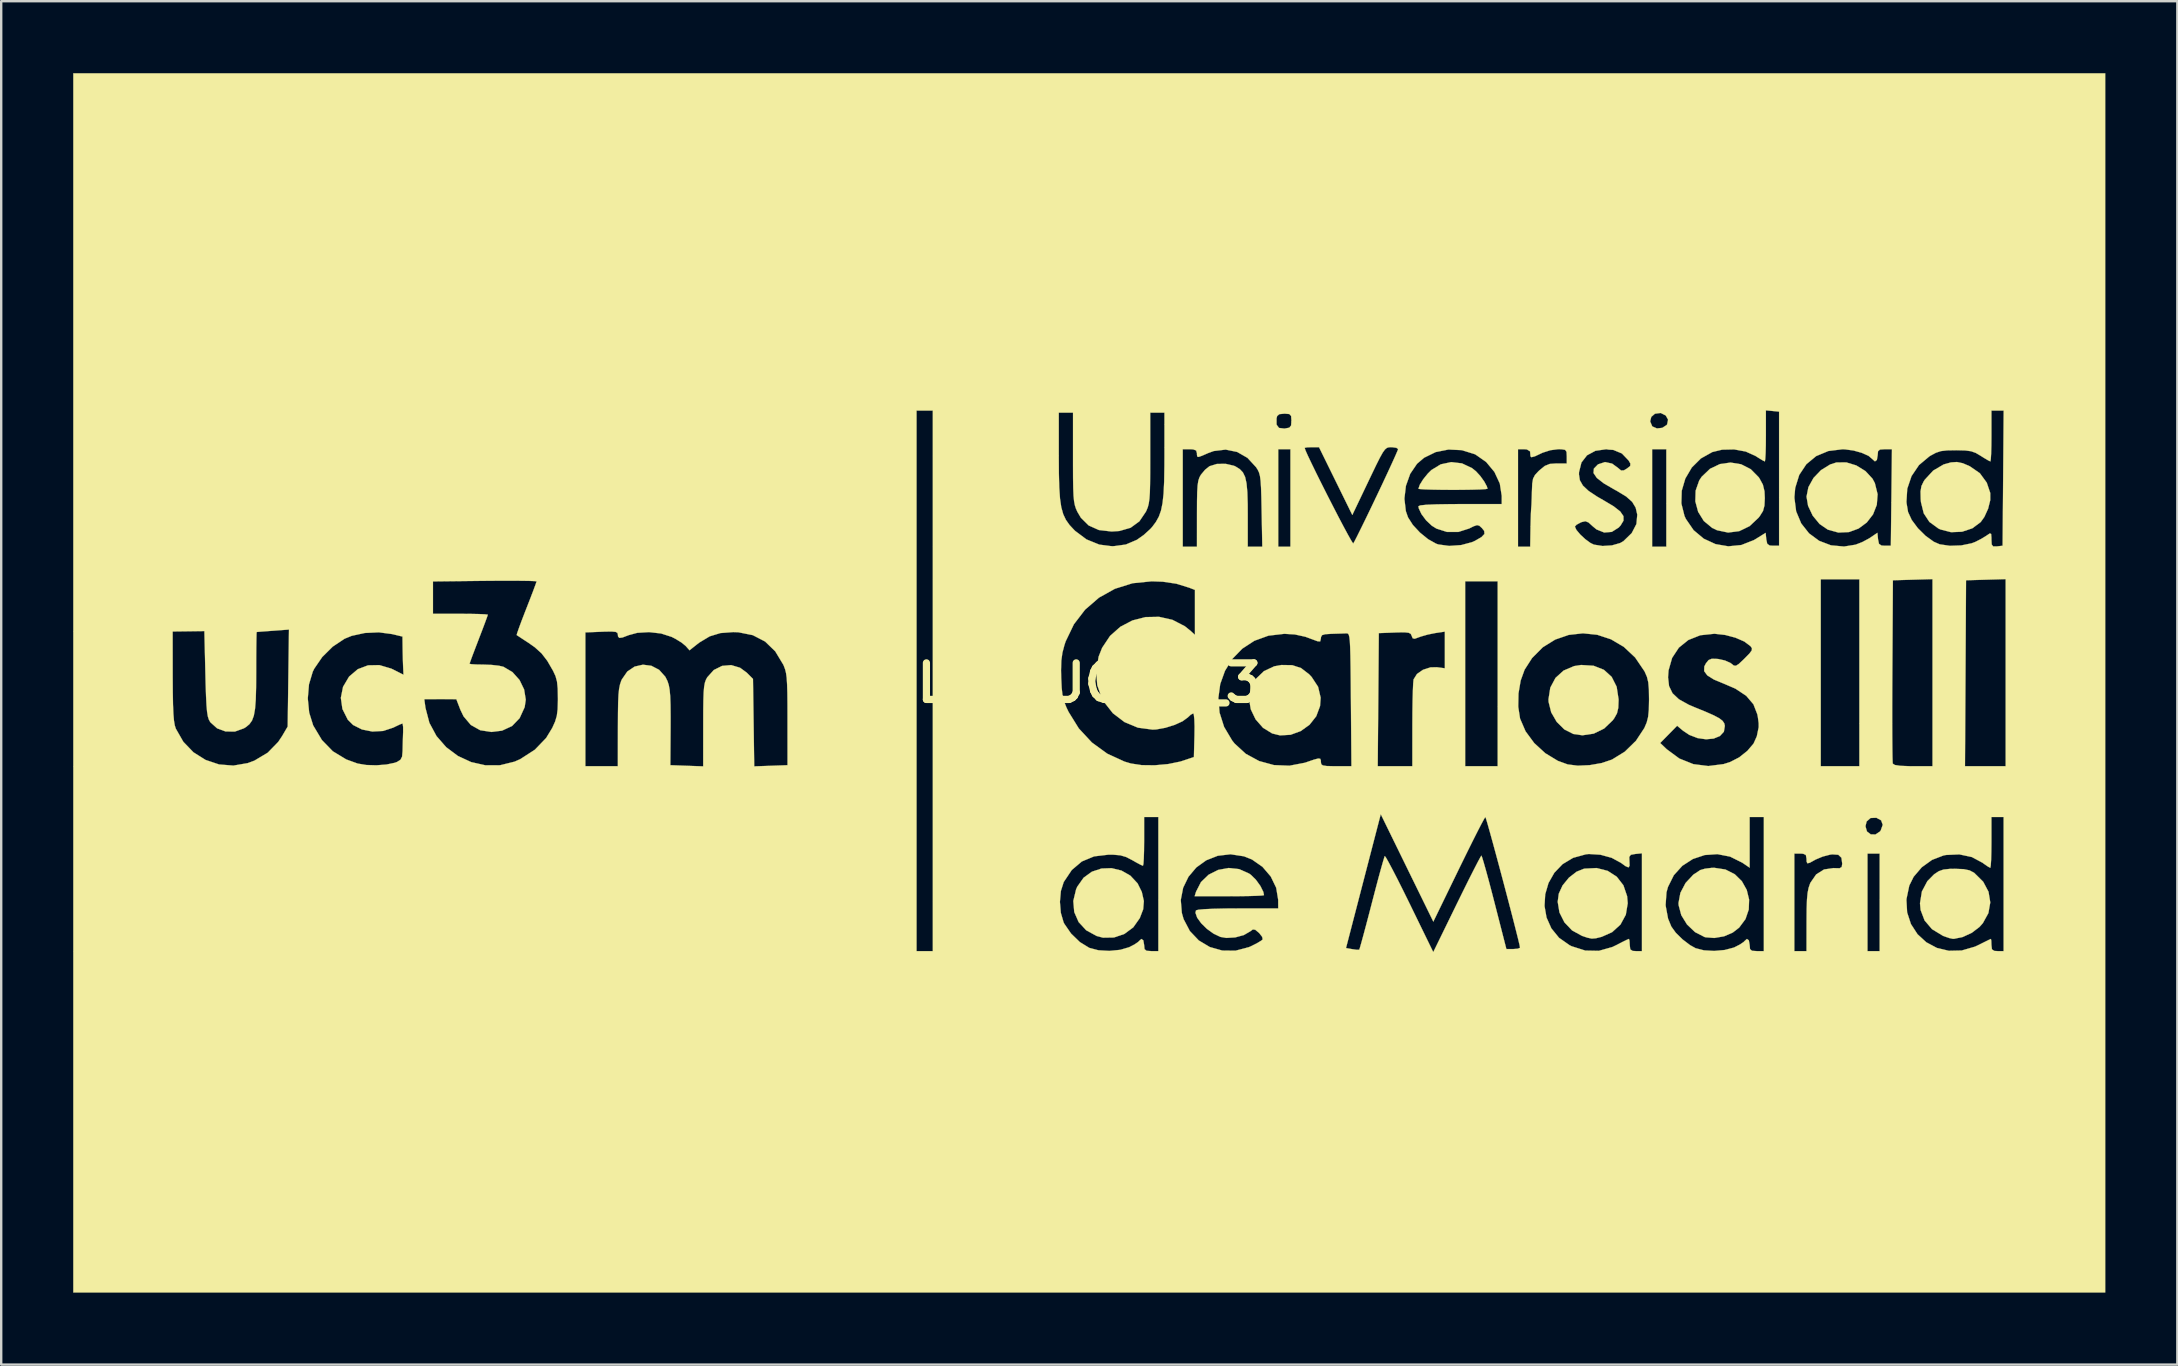
<source format=kicad_pcb>
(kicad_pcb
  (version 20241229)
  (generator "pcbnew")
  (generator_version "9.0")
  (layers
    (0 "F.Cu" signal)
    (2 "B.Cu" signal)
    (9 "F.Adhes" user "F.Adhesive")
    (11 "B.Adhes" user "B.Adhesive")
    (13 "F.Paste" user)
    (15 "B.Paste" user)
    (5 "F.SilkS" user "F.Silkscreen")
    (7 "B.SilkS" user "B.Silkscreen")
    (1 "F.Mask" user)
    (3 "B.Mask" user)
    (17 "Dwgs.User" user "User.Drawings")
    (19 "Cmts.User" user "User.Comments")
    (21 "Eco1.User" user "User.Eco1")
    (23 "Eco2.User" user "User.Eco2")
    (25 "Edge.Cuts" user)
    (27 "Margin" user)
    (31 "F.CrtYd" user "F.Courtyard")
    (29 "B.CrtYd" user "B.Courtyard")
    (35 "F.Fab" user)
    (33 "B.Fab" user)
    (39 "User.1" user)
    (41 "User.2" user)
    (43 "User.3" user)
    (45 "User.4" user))
  (footprint "LogoUC3M_3"
    (layer "F.Cu")
    (at 42.338 25.405)
    (property "Reference" "LogoUC3M_3" (at 0 0 0) (layer "F.SilkS") (effects (font (size 1.524 1.524) (thickness 0.3))))
    (attr through_hole)
    (fp_poly (pts (xy 6.246 7.76) (xy 6.661 7.945) (xy 6.734 7.997) (xy 6.943 8.202) (xy 7.129 8.459) (xy 7.253 8.708) (xy 7.281 8.845) (xy 7.201 8.86) (xy 6.979 8.872) (xy 6.643 8.882) (xy 6.219 8.888) (xy 5.836 8.89) (xy 4.391 8.89) (xy 4.45 8.7) (xy 4.656 8.298) (xy 4.973 7.993) (xy 5.367 7.794) (xy 5.803 7.713) (xy 6.246 7.76)) (stroke (width 0.01) (type solid)) (fill yes) (layer "F.SilkS"))
    (fp_poly (pts (xy 1.342 7.82) (xy 1.713 8.032) (xy 2.013 8.353) (xy 2.19 8.712) (xy 2.275 9.09) (xy 2.247 9.433) (xy 2.106 9.8) (xy 1.834 10.186) (xy 1.463 10.461) (xy 1.03 10.609) (xy 0.573 10.616) (xy 0.309 10.548) (xy -0.129 10.307) (xy -0.444 9.965) (xy -0.626 9.549) (xy -0.665 9.087) (xy -0.549 8.603) (xy -0.5 8.492) (xy -0.237 8.119) (xy 0.11 7.867) (xy 0.509 7.735) (xy 0.93 7.72) (xy 1.342 7.82)) (stroke (width 0.01) (type solid)) (fill yes) (layer "F.SilkS"))
    (fp_poly (pts (xy 8.46 -0.738) (xy 8.826 -0.617) (xy 9.16 -0.36) (xy 9.265 -0.249) (xy 9.535 0.163) (xy 9.642 0.617) (xy 9.617 0.964) (xy 9.459 1.389) (xy 9.179 1.744) (xy 8.811 2.008) (xy 8.389 2.162) (xy 7.948 2.187) (xy 7.62 2.106) (xy 7.238 1.87) (xy 6.93 1.518) (xy 6.729 1.098) (xy 6.668 0.728) (xy 6.738 0.242) (xy 6.948 -0.172) (xy 7.279 -0.491) (xy 7.708 -0.691) (xy 8.007 -0.745) (xy 8.46 -0.738)) (stroke (width 0.01) (type solid)) (fill yes) (layer "F.SilkS"))
    (fp_poly (pts (xy 31.961 -9.061) (xy 32.342 -8.826) (xy 32.635 -8.51) (xy 32.735 -8.325) (xy 32.849 -7.863) (xy 32.816 -7.421) (xy 32.659 -7.021) (xy 32.398 -6.684) (xy 32.056 -6.431) (xy 31.654 -6.284) (xy 31.214 -6.264) (xy 30.776 -6.385) (xy 30.432 -6.62) (xy 30.145 -6.969) (xy 29.952 -7.377) (xy 29.887 -7.76) (xy 29.966 -8.157) (xy 30.178 -8.539) (xy 30.491 -8.866) (xy 30.872 -9.101) (xy 31.129 -9.184) (xy 31.541 -9.189) (xy 31.961 -9.061)) (stroke (width 0.01) (type solid)) (fill yes) (layer "F.SilkS"))
    (fp_poly (pts (xy 15.53 -9.147) (xy 15.948 -8.95) (xy 16.115 -8.816) (xy 16.295 -8.619) (xy 16.459 -8.39) (xy 16.569 -8.186) (xy 16.595 -8.09) (xy 16.515 -8.075) (xy 16.293 -8.061) (xy 15.956 -8.051) (xy 15.533 -8.045) (xy 15.155 -8.043) (xy 14.683 -8.046) (xy 14.276 -8.053) (xy 13.961 -8.064) (xy 13.767 -8.078) (xy 13.716 -8.09) (xy 13.772 -8.255) (xy 13.914 -8.484) (xy 14.107 -8.722) (xy 14.255 -8.869) (xy 14.646 -9.107) (xy 15.083 -9.2) (xy 15.53 -9.147)) (stroke (width 0.01) (type solid)) (fill yes) (layer "F.SilkS"))
    (fp_poly (pts (xy 21.603 7.833) (xy 21.981 8.078) (xy 22.257 8.434) (xy 22.411 8.885) (xy 22.437 9.182) (xy 22.358 9.66) (xy 22.135 10.07) (xy 21.787 10.387) (xy 21.355 10.58) (xy 21.113 10.641) (xy 20.941 10.655) (xy 20.76 10.618) (xy 20.532 10.541) (xy 20.118 10.314) (xy 19.799 9.978) (xy 19.593 9.569) (xy 19.519 9.122) (xy 19.564 8.784) (xy 19.723 8.438) (xy 19.987 8.116) (xy 20.305 7.868) (xy 20.621 7.741) (xy 21.142 7.715) (xy 21.603 7.833)) (stroke (width 0.01) (type solid)) (fill yes) (layer "F.SilkS"))
    (fp_poly (pts (xy 21.016 -0.714) (xy 21.445 -0.545) (xy 21.769 -0.25) (xy 21.976 0.161) (xy 22.055 0.676) (xy 22.056 0.72) (xy 22.043 1.043) (xy 21.989 1.27) (xy 21.874 1.476) (xy 21.811 1.561) (xy 21.455 1.902) (xy 21.021 2.114) (xy 20.549 2.184) (xy 20.171 2.129) (xy 19.795 1.939) (xy 19.478 1.625) (xy 19.249 1.229) (xy 19.14 0.794) (xy 19.135 0.682) (xy 19.211 0.198) (xy 19.426 -0.207) (xy 19.763 -0.513) (xy 20.202 -0.7) (xy 20.494 -0.746) (xy 21.016 -0.714)) (stroke (width 0.01) (type solid)) (fill yes) (layer "F.SilkS"))
    (fp_poly (pts (xy 26.51 7.776) (xy 26.897 7.973) (xy 27.195 8.266) (xy 27.397 8.628) (xy 27.495 9.03) (xy 27.48 9.444) (xy 27.344 9.842) (xy 27.08 10.197) (xy 26.813 10.404) (xy 26.451 10.56) (xy 26.046 10.629) (xy 25.678 10.6) (xy 25.636 10.588) (xy 25.241 10.385) (xy 24.908 10.068) (xy 24.669 9.68) (xy 24.558 9.263) (xy 24.553 9.17) (xy 24.632 8.747) (xy 24.847 8.338) (xy 25.17 7.991) (xy 25.458 7.8) (xy 25.655 7.742) (xy 25.932 7.708) (xy 26.043 7.705) (xy 26.51 7.776)) (stroke (width 0.01) (type solid)) (fill yes) (layer "F.SilkS"))
    (fp_poly (pts (xy 27.16 -9.11) (xy 27.563 -8.905) (xy 27.896 -8.568) (xy 27.925 -8.525) (xy 28.069 -8.26) (xy 28.136 -7.982) (xy 28.149 -7.698) (xy 28.134 -7.386) (xy 28.074 -7.163) (xy 27.942 -6.952) (xy 27.89 -6.885) (xy 27.515 -6.532) (xy 27.083 -6.323) (xy 26.621 -6.264) (xy 26.158 -6.361) (xy 25.957 -6.457) (xy 25.607 -6.746) (xy 25.371 -7.128) (xy 25.254 -7.563) (xy 25.267 -8.011) (xy 25.416 -8.434) (xy 25.517 -8.588) (xy 25.866 -8.921) (xy 26.278 -9.118) (xy 26.721 -9.181) (xy 27.16 -9.11)) (stroke (width 0.01) (type solid)) (fill yes) (layer "F.SilkS"))
    (fp_poly (pts (xy 36.401 -9.152) (xy 36.69 -9.027) (xy 37.109 -8.738) (xy 37.397 -8.344) (xy 37.543 -7.913) (xy 37.543 -7.614) (xy 37.454 -7.258) (xy 37.298 -6.916) (xy 37.145 -6.701) (xy 36.796 -6.441) (xy 36.368 -6.298) (xy 35.909 -6.28) (xy 35.465 -6.394) (xy 35.376 -6.437) (xy 35.008 -6.706) (xy 34.772 -7.064) (xy 34.656 -7.53) (xy 34.645 -7.659) (xy 34.638 -7.979) (xy 34.676 -8.203) (xy 34.772 -8.401) (xy 34.814 -8.465) (xy 35.164 -8.845) (xy 35.598 -9.101) (xy 35.904 -9.187) (xy 36.155 -9.204) (xy 36.401 -9.152)) (stroke (width 0.01) (type solid)) (fill yes) (layer "F.SilkS"))
    (fp_poly (pts (xy 36.434 7.761) (xy 36.678 7.811) (xy 36.865 7.909) (xy 36.882 7.922) (xy 37.249 8.285) (xy 37.471 8.703) (xy 37.544 9.147) (xy 37.466 9.592) (xy 37.235 10.011) (xy 37.095 10.169) (xy 36.775 10.413) (xy 36.397 10.588) (xy 36.034 10.664) (xy 35.983 10.664) (xy 35.825 10.63) (xy 35.6 10.55) (xy 35.561 10.533) (xy 35.117 10.263) (xy 34.807 9.9) (xy 34.641 9.462) (xy 34.615 9.183) (xy 34.694 8.693) (xy 34.922 8.261) (xy 35.205 7.975) (xy 35.399 7.847) (xy 35.594 7.778) (xy 35.856 7.75) (xy 36.076 7.747) (xy 36.434 7.761)) (stroke (width 0.01) (type solid)) (fill yes) (layer "F.SilkS"))
    (fp_poly (pts (xy 42.333 25.4) (xy -42.333 25.4) (xy -42.333 -2.142) (xy -38.194 -2.142) (xy -38.192 -0.269) (xy -38.188 0.39) (xy -38.179 0.902) (xy -38.163 1.288) (xy -38.139 1.571) (xy -38.105 1.772) (xy -38.062 1.907) (xy -37.749 2.454) (xy -37.327 2.892) (xy -36.822 3.21) (xy -36.26 3.399) (xy -35.665 3.446) (xy -35.065 3.343) (xy -34.788 3.24) (xy -34.233 2.909) (xy -33.795 2.459) (xy -33.632 2.214) (xy -33.401 1.82) (xy -33.385 0.649) (xy -32.563 0.649) (xy -32.505 1.239) (xy -32.341 1.764) (xy -32.335 1.778) (xy -31.973 2.383) (xy -31.519 2.85) (xy -30.958 3.19) (xy -30.486 3.361) (xy -30.13 3.421) (xy -29.707 3.434) (xy -29.287 3.402) (xy -28.938 3.329) (xy -28.843 3.293) (xy -28.701 3.204) (xy -28.633 3.07) (xy -28.612 2.833) (xy -28.612 2.802) (xy -28.604 2.461) (xy -28.593 2.115) (xy -28.59 2.053) (xy -28.591 1.833) (xy -28.609 1.706) (xy -28.621 1.693) (xy -28.717 1.728) (xy -28.907 1.817) (xy -28.998 1.863) (xy -29.422 2.003) (xy -29.873 2.027) (xy -30.305 1.941) (xy -30.674 1.755) (xy -30.896 1.534) (xy -31.12 1.088) (xy -31.178 0.677) (xy -27.709 0.677) (xy -27.659 1.042) (xy -27.496 1.665) (xy -27.2 2.215) (xy -26.796 2.679) (xy -26.307 3.045) (xy -25.754 3.301) (xy -25.161 3.434) (xy -24.551 3.431) (xy -23.947 3.282) (xy -23.708 3.176) (xy -23.101 2.784) (xy -22.631 2.295) (xy -22.376 1.876) (xy -22.258 1.613) (xy -22.187 1.375) (xy -22.152 1.101) (xy -22.141 0.733) (xy -22.141 0.635) (xy -22.149 0.233) (xy -22.178 -0.054) (xy -22.239 -0.281) (xy -22.341 -0.501) (xy -22.343 -0.505) (xy -22.584 -0.921) (xy -22.822 -1.23) (xy -23.103 -1.484) (xy -23.366 -1.669) (xy -23.608 -1.827) (xy -23.785 -1.944) (xy -23.859 -1.993) (xy -23.839 -2.074) (xy -23.828 -2.104) (xy -20.997 -2.104) (xy -20.997 3.471) (xy -19.643 3.471) (xy -19.641 1.841) (xy -19.638 1.258) (xy -19.631 0.816) (xy -19.616 0.489) (xy -19.591 0.248) (xy -19.554 0.066) (xy -19.504 -0.084) (xy -19.478 -0.143) (xy -19.249 -0.474) (xy -18.944 -0.679) (xy -18.598 -0.758) (xy -18.247 -0.713) (xy -17.924 -0.545) (xy -17.665 -0.256) (xy -17.574 -0.073) (xy -17.522 0.086) (xy -17.485 0.287) (xy -17.461 0.557) (xy -17.448 0.922) (xy -17.444 1.41) (xy -17.445 1.851) (xy -17.456 3.429) (xy -16.771 3.454) (xy -16.087 3.478) (xy -16.086 1.76) (xy -16.085 1.17) (xy -16.079 0.724) (xy -16.068 0.397) (xy -16.048 0.163) (xy -16.018 -0.004) (xy -15.975 -0.127) (xy -15.921 -0.229) (xy -15.646 -0.536) (xy -15.301 -0.708) (xy -14.923 -0.742) (xy -14.551 -0.631) (xy -14.274 -0.428) (xy -14.012 -0.166) (xy -13.986 1.656) (xy -13.961 3.478) (xy -13.267 3.454) (xy -12.573 3.429) (xy -12.574 1.524) (xy -12.575 0.899) (xy -12.58 0.419) (xy -12.591 0.057) (xy -12.608 -0.211) (xy -12.635 -0.409) (xy -12.673 -0.564) (xy -12.724 -0.701) (xy -12.751 -0.762) (xy -13.085 -1.315) (xy -13.508 -1.724) (xy -14.02 -1.989) (xy -14.62 -2.109) (xy -14.836 -2.117) (xy -15.37 -2.076) (xy -15.816 -1.94) (xy -16.238 -1.687) (xy -16.337 -1.612) (xy -16.657 -1.358) (xy -16.816 -1.538) (xy -16.984 -1.677) (xy -17.239 -1.834) (xy -17.399 -1.916) (xy -17.843 -2.059) (xy -18.345 -2.116) (xy -18.836 -2.086) (xy -19.19 -1.99) (xy -19.445 -1.893) (xy -19.582 -1.874) (xy -19.636 -1.935) (xy -19.642 -2.011) (xy -19.661 -2.084) (xy -19.737 -2.126) (xy -19.906 -2.141) (xy -20.201 -2.136) (xy -20.32 -2.131) (xy -20.997 -2.104) (xy -23.828 -2.104) (xy -23.766 -2.283) (xy -23.652 -2.591) (xy -23.506 -2.97) (xy -23.456 -3.097) (xy -23.301 -3.495) (xy -23.171 -3.834) (xy -23.078 -4.085) (xy -23.032 -4.217) (xy -23.029 -4.229) (xy -23.11 -4.241) (xy -23.338 -4.25) (xy -23.69 -4.255) (xy -24.144 -4.257) (xy -24.678 -4.256) (xy -25.188 -4.252) (xy -27.347 -4.228) (xy -27.347 -2.879) (xy -26.204 -2.879) (xy -25.787 -2.876) (xy -25.437 -2.869) (xy -25.187 -2.858) (xy -25.067 -2.844) (xy -25.061 -2.84) (xy -25.09 -2.751) (xy -25.169 -2.535) (xy -25.285 -2.225) (xy -25.429 -1.851) (xy -25.442 -1.816) (xy -25.587 -1.438) (xy -25.707 -1.122) (xy -25.789 -0.898) (xy -25.823 -0.798) (xy -25.823 -0.796) (xy -25.746 -0.779) (xy -25.542 -0.767) (xy -25.255 -0.762) (xy -25.236 -0.762) (xy -24.899 -0.749) (xy -24.597 -0.715) (xy -24.411 -0.672) (xy -24.035 -0.45) (xy -23.74 -0.121) (xy -23.548 0.276) (xy -23.48 0.697) (xy -23.525 1.009) (xy -23.736 1.47) (xy -24.051 1.797) (xy -24.468 1.99) (xy -24.908 2.045) (xy -25.378 1.973) (xy -25.77 1.752) (xy -26.073 1.393) (xy -26.204 1.12) (xy -26.374 0.679) (xy -27.041 0.678) (xy -27.709 0.677) (xy -31.178 0.677) (xy -31.186 0.622) (xy -31.094 0.164) (xy -30.846 -0.256) (xy -30.841 -0.263) (xy -30.479 -0.571) (xy -30.052 -0.732) (xy -29.579 -0.741) (xy -29.084 -0.595) (xy -28.992 -0.551) (xy -28.764 -0.435) (xy -28.612 -0.358) (xy -28.575 -0.339) (xy -28.579 -0.414) (xy -28.587 -0.599) (xy -28.59 -0.656) (xy -28.6 -0.929) (xy -28.608 -1.271) (xy -28.611 -1.452) (xy -28.617 -1.93) (xy -29.05 -2.034) (xy -29.603 -2.107) (xy -30.185 -2.08) (xy -30.73 -1.962) (xy -31.03 -1.84) (xy -31.523 -1.512) (xy -31.961 -1.078) (xy -32.294 -0.592) (xy -32.356 -0.466) (xy -32.513 0.059) (xy -32.563 0.649) (xy -33.385 0.649) (xy -33.374 -0.201) (xy -33.347 -2.222) (xy -34.009 -2.173) (xy -34.323 -2.15) (xy -34.562 -2.132) (xy -34.685 -2.121) (xy -34.692 -2.121) (xy -34.699 -2.039) (xy -34.704 -1.814) (xy -34.709 -1.47) (xy -34.712 -1.035) (xy -34.713 -0.533) (xy -34.713 -0.457) (xy -34.717 0.195) (xy -34.731 0.701) (xy -34.761 1.083) (xy -34.811 1.365) (xy -34.887 1.569) (xy -34.993 1.719) (xy -35.134 1.837) (xy -35.224 1.893) (xy -35.596 2.027) (xy -35.984 2.025) (xy -36.341 1.894) (xy -36.619 1.644) (xy -36.635 1.621) (xy -36.688 1.524) (xy -36.729 1.391) (xy -36.76 1.198) (xy -36.784 0.923) (xy -36.803 0.54) (xy -36.82 0.026) (xy -36.83 -0.381) (xy -36.872 -2.159) (xy -37.533 -2.15) (xy -38.194 -2.142) (xy -42.333 -2.142) (xy -42.333 -11.345) (xy -7.197 -11.345) (xy -7.197 11.176) (xy -6.519 11.176) (xy -6.519 9.123) (xy -1.223 9.123) (xy -1.185 9.581) (xy -1.07 9.976) (xy -1.042 10.033) (xy -0.757 10.446) (xy -0.391 10.8) (xy 0 11.041) (xy 0.379 11.141) (xy 0.834 11.168) (xy 1.29 11.123) (xy 1.662 11.014) (xy 1.886 10.898) (xy 2.04 10.793) (xy 2.069 10.761) (xy 2.173 10.669) (xy 2.253 10.728) (xy 2.286 10.92) (xy 2.286 10.922) (xy 2.303 11.093) (xy 2.386 11.163) (xy 2.582 11.176) (xy 2.879 11.176) (xy 2.879 9.045) (xy 3.813 9.045) (xy 3.857 9.585) (xy 3.931 9.843) (xy 4.192 10.341) (xy 4.565 10.733) (xy 5.024 11.007) (xy 5.541 11.153) (xy 6.09 11.159) (xy 6.514 11.049) (xy 10.698 11.049) (xy 10.958 11.095) (xy 11.148 11.122) (xy 11.247 11.122) (xy 11.248 11.122) (xy 11.277 11.038) (xy 11.341 10.813) (xy 11.435 10.469) (xy 11.552 10.031) (xy 11.686 9.521) (xy 11.774 9.181) (xy 11.916 8.636) (xy 12.045 8.148) (xy 12.157 7.739) (xy 12.244 7.432) (xy 12.299 7.253) (xy 12.314 7.215) (xy 12.362 7.276) (xy 12.472 7.47) (xy 12.636 7.778) (xy 12.844 8.181) (xy 13.084 8.66) (xy 13.347 9.194) (xy 14.334 11.218) (xy 15.316 9.207) (xy 15.579 8.672) (xy 15.818 8.19) (xy 16.025 7.781) (xy 16.187 7.467) (xy 16.296 7.265) (xy 16.34 7.197) (xy 16.372 7.275) (xy 16.439 7.495) (xy 16.535 7.834) (xy 16.654 8.27) (xy 16.788 8.779) (xy 16.882 9.144) (xy 17.381 11.091) (xy 17.665 11.091) (xy 17.856 11.076) (xy 17.948 11.038) (xy 17.949 11.032) (xy 17.929 10.922) (xy 17.871 10.676) (xy 17.781 10.317) (xy 17.667 9.869) (xy 17.534 9.355) (xy 17.518 9.295) (xy 18.97 9.295) (xy 19.054 9.777) (xy 19.254 10.227) (xy 19.574 10.621) (xy 20.018 10.933) (xy 20.102 10.974) (xy 20.669 11.154) (xy 21.233 11.165) (xy 21.796 11.006) (xy 21.971 10.922) (xy 22.224 10.791) (xy 22.411 10.7) (xy 22.488 10.668) (xy 22.511 10.742) (xy 22.521 10.919) (xy 22.521 10.922) (xy 22.542 11.102) (xy 22.641 11.168) (xy 22.775 11.176) (xy 23.029 11.176) (xy 23.029 9.27) (xy 24.015 9.27) (xy 24.118 9.824) (xy 24.255 10.156) (xy 24.441 10.413) (xy 24.721 10.688) (xy 25.035 10.927) (xy 25.266 11.056) (xy 25.611 11.144) (xy 26.039 11.169) (xy 26.476 11.13) (xy 26.851 11.031) (xy 26.892 11.014) (xy 27.117 10.898) (xy 27.271 10.793) (xy 27.3 10.761) (xy 27.404 10.669) (xy 27.484 10.728) (xy 27.517 10.92) (xy 27.517 10.922) (xy 27.533 11.093) (xy 27.617 11.163) (xy 27.813 11.176) (xy 28.109 11.176) (xy 28.109 7.112) (xy 29.379 7.112) (xy 29.379 11.176) (xy 29.887 11.176) (xy 29.889 9.927) (xy 29.893 9.411) (xy 29.906 9.03) (xy 29.932 8.752) (xy 29.973 8.542) (xy 30.033 8.367) (xy 30.052 8.324) (xy 30.289 7.981) (xy 30.618 7.774) (xy 31.016 7.716) (xy 31.059 7.719) (xy 31.264 7.724) (xy 31.353 7.672) (xy 31.375 7.535) (xy 31.342 7.287) (xy 31.211 7.162) (xy 30.962 7.145) (xy 30.868 7.157) (xy 30.562 7.237) (xy 30.271 7.358) (xy 30.242 7.374) (xy 30.03 7.492) (xy 29.925 7.519) (xy 29.891 7.45) (xy 29.887 7.324) (xy 29.86 7.172) (xy 29.744 7.117) (xy 29.633 7.112) (xy 32.427 7.112) (xy 32.427 11.176) (xy 32.935 11.176) (xy 32.935 9.022) (xy 34.049 9.022) (xy 34.079 9.563) (xy 34.239 10.052) (xy 34.512 10.472) (xy 34.878 10.808) (xy 35.32 11.044) (xy 35.817 11.163) (xy 36.353 11.151) (xy 36.908 10.99) (xy 37.051 10.923) (xy 37.307 10.795) (xy 37.494 10.703) (xy 37.571 10.669) (xy 37.586 10.742) (xy 37.592 10.919) (xy 37.592 10.922) (xy 37.613 11.102) (xy 37.712 11.168) (xy 37.846 11.176) (xy 38.1 11.176) (xy 38.1 5.588) (xy 37.592 5.588) (xy 37.592 6.646) (xy 37.588 7.047) (xy 37.579 7.378) (xy 37.564 7.608) (xy 37.546 7.704) (xy 37.544 7.705) (xy 37.453 7.658) (xy 37.283 7.541) (xy 37.221 7.495) (xy 36.776 7.257) (xy 36.255 7.146) (xy 35.702 7.17) (xy 35.591 7.192) (xy 35.117 7.375) (xy 34.689 7.683) (xy 34.351 8.079) (xy 34.169 8.445) (xy 34.049 9.022) (xy 32.935 9.022) (xy 32.935 7.112) (xy 32.427 7.112) (xy 29.633 7.112) (xy 29.379 7.112) (xy 28.109 7.112) (xy 28.109 5.975) (xy 32.343 5.975) (xy 32.407 6.193) (xy 32.565 6.312) (xy 32.762 6.316) (xy 32.947 6.192) (xy 32.978 6.15) (xy 33.063 5.914) (xy 32.995 5.727) (xy 32.798 5.62) (xy 32.556 5.63) (xy 32.392 5.775) (xy 32.343 5.975) (xy 28.109 5.975) (xy 28.109 5.588) (xy 27.517 5.588) (xy 27.517 7.7) (xy 27.209 7.491) (xy 26.702 7.239) (xy 26.172 7.136) (xy 25.646 7.173) (xy 25.151 7.338) (xy 24.713 7.621) (xy 24.358 8.013) (xy 24.114 8.502) (xy 24.052 8.728) (xy 24.015 9.27) (xy 23.029 9.27) (xy 23.029 7.101) (xy 22.754 7.128) (xy 22.567 7.162) (xy 22.501 7.252) (xy 22.507 7.429) (xy 22.514 7.622) (xy 22.469 7.689) (xy 22.343 7.635) (xy 22.156 7.499) (xy 21.769 7.289) (xy 21.299 7.16) (xy 20.821 7.13) (xy 20.696 7.142) (xy 20.162 7.289) (xy 19.722 7.553) (xy 19.379 7.911) (xy 19.136 8.338) (xy 18.999 8.807) (xy 18.97 9.295) (xy 17.518 9.295) (xy 17.388 8.798) (xy 17.236 8.222) (xy 17.083 7.649) (xy 16.936 7.103) (xy 16.801 6.607) (xy 16.684 6.185) (xy 16.592 5.858) (xy 16.53 5.652) (xy 16.505 5.588) (xy 16.457 5.661) (xy 16.345 5.868) (xy 16.179 6.189) (xy 15.969 6.605) (xy 15.725 7.097) (xy 15.455 7.647) (xy 15.396 7.768) (xy 14.337 9.948) (xy 13.241 7.71) (xy 12.146 5.471) (xy 11.422 8.26) (xy 10.698 11.049) (xy 6.514 11.049) (xy 6.643 11.015) (xy 6.742 10.972) (xy 6.989 10.848) (xy 7.168 10.739) (xy 7.226 10.689) (xy 7.205 10.583) (xy 7.087 10.431) (xy 7.068 10.412) (xy 6.917 10.287) (xy 6.816 10.274) (xy 6.711 10.351) (xy 6.44 10.508) (xy 6.082 10.605) (xy 5.711 10.627) (xy 5.465 10.585) (xy 5.179 10.449) (xy 4.902 10.249) (xy 4.665 10.016) (xy 4.496 9.783) (xy 4.425 9.581) (xy 4.447 9.48) (xy 4.546 9.452) (xy 4.796 9.429) (xy 5.175 9.412) (xy 5.664 9.401) (xy 6.186 9.398) (xy 7.874 9.398) (xy 7.872 9.038) (xy 7.789 8.536) (xy 7.562 8.067) (xy 7.217 7.664) (xy 6.78 7.359) (xy 6.449 7.227) (xy 5.887 7.141) (xy 5.356 7.203) (xy 4.875 7.392) (xy 4.461 7.69) (xy 4.134 8.078) (xy 3.912 8.536) (xy 3.813 9.045) (xy 2.879 9.045) (xy 2.879 5.588) (xy 2.286 5.588) (xy 2.286 6.604) (xy 2.282 6.996) (xy 2.272 7.318) (xy 2.257 7.537) (xy 2.238 7.62) (xy 2.238 7.62) (xy 2.143 7.58) (xy 1.953 7.479) (xy 1.793 7.387) (xy 1.537 7.255) (xy 1.293 7.184) (xy 0.988 7.158) (xy 0.804 7.157) (xy 0.201 7.229) (xy -0.309 7.441) (xy -0.729 7.797) (xy -1.064 8.297) (xy -1.183 8.671) (xy -1.223 9.123) (xy -6.519 9.123) (xy -6.519 -0.527) (xy -1.176 -0.527) (xy -1.169 -0.207) (xy -1.149 0.21) (xy -1.115 0.515) (xy -1.053 0.766) (xy -0.952 1.021) (xy -0.862 1.209) (xy -0.435 1.898) (xy 0.111 2.485) (xy 0.753 2.951) (xy 1.468 3.279) (xy 1.736 3.359) (xy 2.188 3.427) (xy 2.727 3.433) (xy 3.282 3.383) (xy 3.786 3.28) (xy 3.895 3.246) (xy 4.36 3.09) (xy 4.384 2.18) (xy 4.388 1.811) (xy 4.378 1.513) (xy 4.357 1.323) (xy 4.334 1.27) (xy 4.227 1.327) (xy 4.108 1.438) (xy 3.888 1.599) (xy 3.557 1.75) (xy 3.173 1.87) (xy 2.796 1.939) (xy 2.637 1.947) (xy 2.028 1.866) (xy 1.468 1.633) (xy 0.984 1.264) (xy 0.599 0.774) (xy 0.528 0.647) (xy 0.525 0.637) (xy 5.378 0.637) (xy 5.429 1.238) (xy 5.618 1.833) (xy 5.955 2.401) (xy 6.056 2.528) (xy 6.522 2.955) (xy 7.079 3.257) (xy 7.695 3.425) (xy 8.34 3.451) (xy 8.982 3.328) (xy 9.059 3.302) (xy 9.362 3.198) (xy 9.539 3.151) (xy 9.623 3.161) (xy 9.65 3.228) (xy 9.652 3.302) (xy 9.667 3.389) (xy 9.735 3.439) (xy 9.892 3.464) (xy 10.172 3.471) (xy 10.288 3.471) (xy 10.924 3.471) (xy 12.02 3.471) (xy 13.462 3.471) (xy 13.463 1.757) (xy 13.466 1.224) (xy 13.473 0.739) (xy 13.484 0.331) (xy 13.497 0.03) (xy 13.512 -0.135) (xy 13.515 -0.147) (xy 13.654 -0.37) (xy 13.906 -0.546) (xy 14.218 -0.647) (xy 14.484 -0.653) (xy 14.817 -0.609) (xy 14.817 -2.136) (xy 14.415 -2.076) (xy 14.106 -2.014) (xy 13.819 -1.932) (xy 13.745 -1.905) (xy 13.562 -1.839) (xy 13.476 -1.858) (xy 13.435 -1.959) (xy 13.397 -2.041) (xy 13.312 -2.088) (xy 13.144 -2.107) (xy 12.857 -2.104) (xy 12.728 -2.099) (xy 12.065 -2.074) (xy 12.043 0.699) (xy 12.02 3.471) (xy 10.924 3.471) (xy 10.902 0.699) (xy 10.896 -0.058) (xy 10.889 -0.663) (xy 10.881 -1.133) (xy 10.871 -1.485) (xy 10.858 -1.735) (xy 10.839 -1.901) (xy 10.815 -2) (xy 10.783 -2.049) (xy 10.743 -2.065) (xy 10.71 -2.065) (xy 10.529 -2.058) (xy 10.256 -2.05) (xy 10.097 -2.045) (xy 9.835 -2.029) (xy 9.702 -1.99) (xy 9.656 -1.91) (xy 9.652 -1.854) (xy 9.622 -1.727) (xy 9.508 -1.736) (xy 9.504 -1.738) (xy 9.006 -1.922) (xy 8.564 -2.019) (xy 8.128 -2.045) (xy 7.467 -1.968) (xy 6.88 -1.755) (xy 6.377 -1.427) (xy 5.965 -1.003) (xy 5.656 -0.504) (xy 5.457 0.049) (xy 5.378 0.637) (xy 0.525 0.637) (xy 0.333 0.095) (xy 0.288 -0.498) (xy 0.391 -1.095) (xy 0.536 -1.462) (xy 0.866 -1.957) (xy 1.296 -2.339) (xy 1.799 -2.602) (xy 2.347 -2.742) (xy 2.912 -2.752) (xy 3.465 -2.628) (xy 3.979 -2.363) (xy 4.212 -2.177) (xy 4.403 -2.002) (xy 4.403 -3.874) (xy 4.17 -3.965) (xy 3.633 -4.132) (xy 3.066 -4.216) (xy 2.601 -4.233) (xy 1.807 -4.153) (xy 1.069 -3.922) (xy 0.403 -3.551) (xy -0.172 -3.053) (xy -0.64 -2.443) (xy -0.983 -1.731) (xy -1.035 -1.575) (xy -1.119 -1.256) (xy -1.164 -0.927) (xy -1.176 -0.527) (xy -6.519 -0.527) (xy -6.519 -4.233) (xy 15.663 -4.233) (xy 15.663 3.471) (xy 17.018 3.471) (xy 17.018 0.991) (xy 17.874 0.991) (xy 17.95 1.484) (xy 17.952 1.49) (xy 18.18 2.018) (xy 18.542 2.509) (xy 19.003 2.931) (xy 19.527 3.249) (xy 19.934 3.397) (xy 20.355 3.45) (xy 20.852 3.428) (xy 21.354 3.34) (xy 21.78 3.196) (xy 22.314 2.867) (xy 22.685 2.505) (xy 23.79 2.505) (xy 24.066 2.767) (xy 24.588 3.152) (xy 25.172 3.386) (xy 25.794 3.465) (xy 26.43 3.384) (xy 26.703 3.298) (xy 27.082 3.103) (xy 27.421 2.833) (xy 27.68 2.528) (xy 27.816 2.226) (xy 27.816 2.225) (xy 27.863 1.996) (xy 27.894 1.846) (xy 27.893 1.68) (xy 27.86 1.428) (xy 27.837 1.309) (xy 27.675 0.891) (xy 27.374 0.538) (xy 26.926 0.241) (xy 26.465 0.042) (xy 26.029 -0.139) (xy 25.752 -0.313) (xy 25.622 -0.49) (xy 25.628 -0.684) (xy 25.695 -0.814) (xy 25.807 -0.952) (xy 25.941 -1.006) (xy 26.164 -0.999) (xy 26.216 -0.994) (xy 26.489 -0.933) (xy 26.713 -0.834) (xy 26.76 -0.799) (xy 26.859 -0.722) (xy 26.947 -0.714) (xy 27.065 -0.789) (xy 27.254 -0.966) (xy 27.306 -1.017) (xy 27.509 -1.224) (xy 27.605 -1.354) (xy 27.612 -1.446) (xy 27.551 -1.532) (xy 27.296 -1.723) (xy 26.926 -1.884) (xy 26.495 -1.998) (xy 26.056 -2.047) (xy 26.043 -2.047) (xy 25.461 -1.985) (xy 24.964 -1.788) (xy 24.568 -1.469) (xy 24.287 -1.042) (xy 24.138 -0.522) (xy 24.117 -0.233) (xy 24.159 0.133) (xy 24.303 0.431) (xy 24.569 0.682) (xy 24.976 0.909) (xy 25.207 1.008) (xy 25.683 1.202) (xy 26.024 1.353) (xy 26.251 1.474) (xy 26.388 1.58) (xy 26.459 1.683) (xy 26.484 1.789) (xy 26.444 2.035) (xy 26.278 2.214) (xy 26.02 2.32) (xy 25.701 2.35) (xy 25.352 2.301) (xy 25.005 2.168) (xy 24.74 1.991) (xy 24.496 1.786) (xy 23.79 2.505) (xy 22.685 2.505) (xy 22.778 2.415) (xy 23.125 1.888) (xy 23.13 1.879) (xy 23.228 1.65) (xy 23.287 1.416) (xy 23.317 1.122) (xy 23.325 0.716) (xy 23.325 0.677) (xy 23.319 0.267) (xy 23.293 -0.025) (xy 23.239 -0.249) (xy 23.15 -0.454) (xy 23.131 -0.491) (xy 22.745 -1.059) (xy 22.274 -1.501) (xy 21.74 -1.816) (xy 21.165 -2.005) (xy 20.572 -2.066) (xy 19.981 -2) (xy 19.417 -1.806) (xy 18.899 -1.485) (xy 18.451 -1.035) (xy 18.14 -0.55) (xy 17.976 -0.097) (xy 17.885 0.44) (xy 17.874 0.991) (xy 17.018 0.991) (xy 17.018 -4.233) (xy 15.663 -4.233) (xy -6.519 -4.233) (xy -6.519 -4.318) (xy 30.48 -4.318) (xy 30.48 3.471) (xy 32.089 3.471) (xy 32.089 1.011) (xy 33.458 1.011) (xy 33.458 1.677) (xy 33.46 2.258) (xy 33.464 2.734) (xy 33.469 3.089) (xy 33.476 3.305) (xy 33.482 3.365) (xy 33.57 3.421) (xy 33.791 3.455) (xy 34.16 3.47) (xy 34.33 3.471) (xy 35.137 3.471) (xy 36.49 3.471) (xy 38.185 3.471) (xy 38.185 -4.324) (xy 37.359 -4.3) (xy 36.534 -4.276) (xy 36.49 3.471) (xy 35.137 3.471) (xy 35.137 -4.324) (xy 34.311 -4.3) (xy 33.486 -4.276) (xy 33.464 -0.508) (xy 33.46 0.277) (xy 33.458 1.011) (xy 32.089 1.011) (xy 32.089 -4.318) (xy 30.48 -4.318) (xy -6.519 -4.318) (xy -6.519 -11.261) (xy -1.27 -11.261) (xy -1.27 -9.456) (xy -1.266 -8.727) (xy -1.251 -8.143) (xy -1.219 -7.682) (xy -1.166 -7.319) (xy -1.085 -7.03) (xy -0.973 -6.793) (xy -0.824 -6.582) (xy -0.632 -6.376) (xy -0.589 -6.333) (xy -0.114 -5.978) (xy 0.418 -5.762) (xy 0.974 -5.69) (xy 1.525 -5.766) (xy 1.983 -5.961) (xy 2.272 -6.165) (xy 2.545 -6.414) (xy 2.621 -6.498) (xy 2.777 -6.707) (xy 2.899 -6.927) (xy 2.99 -7.181) (xy 3.054 -7.494) (xy 3.097 -7.89) (xy 3.121 -8.393) (xy 3.131 -9.028) (xy 3.133 -9.456) (xy 3.133 -9.737) (xy 3.895 -9.737) (xy 3.895 -5.673) (xy 4.487 -5.673) (xy 4.488 -7.048) (xy 4.49 -7.573) (xy 4.498 -7.957) (xy 4.515 -8.23) (xy 4.544 -8.42) (xy 4.588 -8.556) (xy 4.649 -8.668) (xy 4.652 -8.673) (xy 4.824 -8.879) (xy 5.009 -9.028) (xy 5.011 -9.029) (xy 5.317 -9.123) (xy 5.684 -9.128) (xy 6.028 -9.048) (xy 6.099 -9.016) (xy 6.273 -8.907) (xy 6.402 -8.771) (xy 6.494 -8.582) (xy 6.553 -8.316) (xy 6.587 -7.947) (xy 6.602 -7.451) (xy 6.604 -7.032) (xy 6.604 -5.673) (xy 7.21 -5.673) (xy 7.182 -7.182) (xy 7.171 -7.726) (xy 7.158 -8.128) (xy 7.14 -8.417) (xy 7.113 -8.621) (xy 7.073 -8.768) (xy 7.017 -8.885) (xy 6.95 -8.989) (xy 6.592 -9.377) (xy 6.162 -9.623) (xy 5.684 -9.721) (xy 5.187 -9.661) (xy 4.956 -9.577) (xy 4.697 -9.464) (xy 4.556 -9.415) (xy 4.499 -9.431) (xy 4.487 -9.51) (xy 4.487 -9.567) (xy 4.454 -9.684) (xy 4.325 -9.731) (xy 4.191 -9.737) (xy 7.874 -9.737) (xy 7.874 -5.673) (xy 8.382 -5.673) (xy 8.382 -9.737) (xy 7.874 -9.737) (xy 4.191 -9.737) (xy 3.895 -9.737) (xy 3.133 -9.737) (xy 3.133 -9.792) (xy 8.975 -9.792) (xy 9.011 -9.687) (xy 9.111 -9.462) (xy 9.264 -9.141) (xy 9.456 -8.746) (xy 9.677 -8.302) (xy 9.913 -7.834) (xy 10.154 -7.363) (xy 10.385 -6.915) (xy 10.597 -6.513) (xy 10.776 -6.181) (xy 10.91 -5.942) (xy 10.988 -5.82) (xy 11.001 -5.81) (xy 11.055 -5.905) (xy 11.17 -6.13) (xy 11.336 -6.465) (xy 11.543 -6.888) (xy 11.779 -7.378) (xy 11.921 -7.675) (xy 13.131 -7.675) (xy 13.191 -7.159) (xy 13.282 -6.897) (xy 13.483 -6.582) (xy 13.78 -6.263) (xy 14.12 -5.987) (xy 14.452 -5.801) (xy 14.545 -5.769) (xy 14.997 -5.707) (xy 15.495 -5.742) (xy 15.953 -5.865) (xy 16.07 -5.918) (xy 16.342 -6.075) (xy 16.466 -6.204) (xy 16.457 -6.332) (xy 16.362 -6.451) (xy 16.255 -6.548) (xy 16.159 -6.574) (xy 16.016 -6.526) (xy 15.829 -6.433) (xy 15.378 -6.289) (xy 14.908 -6.289) (xy 14.468 -6.429) (xy 14.272 -6.551) (xy 14.034 -6.776) (xy 13.841 -7.036) (xy 13.729 -7.275) (xy 13.716 -7.362) (xy 13.801 -7.397) (xy 14.054 -7.423) (xy 14.476 -7.44) (xy 15.065 -7.449) (xy 15.452 -7.451) (xy 17.187 -7.451) (xy 17.187 -7.792) (xy 17.107 -8.307) (xy 16.882 -8.791) (xy 16.538 -9.205) (xy 16.1 -9.511) (xy 16.054 -9.533) (xy 15.522 -9.698) (xy 14.968 -9.724) (xy 14.433 -9.617) (xy 13.954 -9.383) (xy 13.658 -9.131) (xy 13.373 -8.712) (xy 13.194 -8.21) (xy 13.131 -7.675) (xy 11.921 -7.675) (xy 11.969 -7.775) (xy 12.217 -8.299) (xy 12.439 -8.774) (xy 12.625 -9.177) (xy 12.765 -9.488) (xy 12.849 -9.684) (xy 12.867 -9.737) (xy 17.865 -9.737) (xy 17.865 -5.673) (xy 18.373 -5.673) (xy 18.385 -6.413) (xy 18.387 -6.512) (xy 20.235 -6.512) (xy 20.299 -6.373) (xy 20.458 -6.184) (xy 20.668 -5.989) (xy 20.883 -5.831) (xy 21.027 -5.761) (xy 21.39 -5.704) (xy 21.779 -5.729) (xy 22.121 -5.827) (xy 22.256 -5.904) (xy 22.603 -6.241) (xy 22.799 -6.619) (xy 22.835 -7.011) (xy 22.768 -7.302) (xy 22.622 -7.544) (xy 22.37 -7.768) (xy 21.986 -8.001) (xy 21.9 -8.047) (xy 21.444 -8.311) (xy 21.149 -8.541) (xy 21.011 -8.745) (xy 21.026 -8.928) (xy 21.189 -9.096) (xy 21.208 -9.109) (xy 21.491 -9.202) (xy 21.787 -9.137) (xy 22.021 -8.967) (xy 22.159 -8.852) (xy 22.275 -8.855) (xy 22.401 -8.929) (xy 22.54 -9.037) (xy 22.548 -9.139) (xy 22.474 -9.267) (xy 22.195 -9.559) (xy 21.828 -9.711) (xy 21.546 -9.737) (xy 23.453 -9.737) (xy 23.453 -5.673) (xy 24.045 -5.673) (xy 24.045 -7.475) (xy 24.672 -7.475) (xy 24.802 -6.958) (xy 24.858 -6.835) (xy 25.183 -6.362) (xy 25.606 -6.008) (xy 26.097 -5.782) (xy 26.627 -5.691) (xy 27.169 -5.744) (xy 27.694 -5.95) (xy 27.775 -5.998) (xy 28.184 -6.252) (xy 28.21 -5.984) (xy 28.25 -5.796) (xy 28.353 -5.724) (xy 28.49 -5.715) (xy 28.744 -5.715) (xy 28.744 -7.723) (xy 29.381 -7.723) (xy 29.455 -7.148) (xy 29.666 -6.645) (xy 29.993 -6.23) (xy 30.413 -5.92) (xy 30.906 -5.732) (xy 31.45 -5.682) (xy 31.93 -5.759) (xy 32.209 -5.867) (xy 32.496 -6.021) (xy 32.539 -6.049) (xy 32.841 -6.254) (xy 32.867 -5.984) (xy 32.906 -5.796) (xy 33.009 -5.724) (xy 33.147 -5.715) (xy 33.401 -5.715) (xy 33.421 -7.524) (xy 34.05 -7.524) (xy 34.118 -7.121) (xy 34.27 -6.791) (xy 34.529 -6.443) (xy 34.851 -6.125) (xy 35.191 -5.881) (xy 35.436 -5.774) (xy 35.861 -5.712) (xy 36.334 -5.728) (xy 36.77 -5.817) (xy 36.92 -5.874) (xy 37.173 -6.004) (xy 37.391 -6.138) (xy 37.401 -6.146) (xy 37.527 -6.229) (xy 37.58 -6.206) (xy 37.592 -6.05) (xy 37.592 -5.974) (xy 37.603 -5.769) (xy 37.662 -5.689) (xy 37.804 -5.686) (xy 37.825 -5.688) (xy 38.058 -5.715) (xy 38.102 -11.345) (xy 37.592 -11.345) (xy 37.592 -10.287) (xy 37.589 -9.886) (xy 37.58 -9.555) (xy 37.566 -9.325) (xy 37.55 -9.23) (xy 37.548 -9.229) (xy 37.458 -9.271) (xy 37.275 -9.379) (xy 37.146 -9.461) (xy 36.941 -9.582) (xy 36.746 -9.652) (xy 36.504 -9.685) (xy 36.157 -9.694) (xy 36.104 -9.694) (xy 35.741 -9.688) (xy 35.487 -9.658) (xy 35.28 -9.59) (xy 35.06 -9.472) (xy 35.005 -9.438) (xy 34.574 -9.077) (xy 34.263 -8.617) (xy 34.084 -8.089) (xy 34.05 -7.524) (xy 33.421 -7.524) (xy 33.424 -7.726) (xy 33.446 -9.737) (xy 33.149 -9.737) (xy 32.949 -9.723) (xy 32.867 -9.652) (xy 32.851 -9.483) (xy 32.819 -9.289) (xy 32.738 -9.229) (xy 32.634 -9.321) (xy 32.634 -9.322) (xy 32.472 -9.46) (xy 32.193 -9.585) (xy 31.849 -9.682) (xy 31.49 -9.731) (xy 31.387 -9.735) (xy 30.797 -9.662) (xy 30.289 -9.45) (xy 29.88 -9.112) (xy 29.583 -8.665) (xy 29.415 -8.122) (xy 29.381 -7.723) (xy 28.744 -7.723) (xy 28.744 -11.303) (xy 28.469 -11.33) (xy 28.194 -11.356) (xy 28.194 -10.292) (xy 28.191 -9.89) (xy 28.182 -9.558) (xy 28.168 -9.327) (xy 28.152 -9.23) (xy 28.15 -9.229) (xy 28.06 -9.271) (xy 27.879 -9.381) (xy 27.759 -9.458) (xy 27.354 -9.64) (xy 26.87 -9.729) (xy 26.369 -9.718) (xy 25.962 -9.619) (xy 25.487 -9.353) (xy 25.107 -8.975) (xy 24.837 -8.515) (xy 24.687 -8.005) (xy 24.672 -7.475) (xy 24.045 -7.475) (xy 24.045 -9.737) (xy 23.453 -9.737) (xy 21.546 -9.737) (xy 21.091 -9.671) (xy 20.741 -9.483) (xy 20.509 -9.184) (xy 20.408 -8.785) (xy 20.405 -8.687) (xy 20.442 -8.444) (xy 20.569 -8.222) (xy 20.805 -8) (xy 21.171 -7.757) (xy 21.421 -7.614) (xy 21.848 -7.36) (xy 22.124 -7.144) (xy 22.259 -6.949) (xy 22.261 -6.76) (xy 22.14 -6.56) (xy 22.06 -6.473) (xy 21.774 -6.292) (xy 21.456 -6.266) (xy 21.138 -6.394) (xy 20.979 -6.525) (xy 20.804 -6.684) (xy 20.674 -6.736) (xy 20.523 -6.702) (xy 20.477 -6.684) (xy 20.308 -6.593) (xy 20.235 -6.513) (xy 20.235 -6.512) (xy 18.387 -6.512) (xy 18.393 -6.764) (xy 18.402 -7.057) (xy 18.412 -7.247) (xy 18.415 -7.281) (xy 18.426 -7.427) (xy 18.436 -7.685) (xy 18.445 -7.991) (xy 18.458 -8.307) (xy 18.493 -8.511) (xy 18.572 -8.662) (xy 18.715 -8.817) (xy 18.76 -8.859) (xy 18.981 -9.04) (xy 19.188 -9.124) (xy 19.472 -9.144) (xy 19.479 -9.144) (xy 19.897 -9.144) (xy 19.897 -9.44) (xy 19.888 -9.626) (xy 19.829 -9.711) (xy 19.674 -9.735) (xy 19.534 -9.737) (xy 19.214 -9.695) (xy 18.891 -9.592) (xy 18.838 -9.567) (xy 18.57 -9.441) (xy 18.424 -9.403) (xy 18.381 -9.447) (xy 18.383 -9.461) (xy 18.368 -9.647) (xy 18.233 -9.728) (xy 18.119 -9.737) (xy 17.865 -9.737) (xy 12.867 -9.737) (xy 12.869 -9.743) (xy 12.795 -9.796) (xy 12.614 -9.821) (xy 12.589 -9.821) (xy 12.488 -9.818) (xy 12.404 -9.793) (xy 12.322 -9.726) (xy 12.229 -9.598) (xy 12.111 -9.386) (xy 11.953 -9.072) (xy 11.742 -8.633) (xy 11.635 -8.409) (xy 10.961 -6.997) (xy 10.267 -8.409) (xy 9.573 -9.821) (xy 9.274 -9.821) (xy 9.077 -9.814) (xy 8.977 -9.796) (xy 8.975 -9.792) (xy 3.133 -9.792) (xy 3.133 -11.022) (xy 7.804 -11.022) (xy 7.804 -10.76) (xy 7.908 -10.624) (xy 8.129 -10.597) (xy 8.149 -10.599) (xy 8.334 -10.634) (xy 8.41 -10.726) (xy 8.422 -10.896) (xy 23.371 -10.896) (xy 23.454 -10.701) (xy 23.473 -10.681) (xy 23.656 -10.603) (xy 23.878 -10.628) (xy 24.058 -10.745) (xy 24.079 -10.774) (xy 24.118 -10.968) (xy 24.021 -11.142) (xy 23.819 -11.243) (xy 23.799 -11.246) (xy 23.571 -11.216) (xy 23.419 -11.084) (xy 23.371 -10.896) (xy 8.422 -10.896) (xy 8.424 -10.922) (xy 8.411 -11.121) (xy 8.337 -11.202) (xy 8.151 -11.218) (xy 8.128 -11.218) (xy 7.921 -11.198) (xy 7.828 -11.117) (xy 7.804 -11.022) (xy 3.133 -11.022) (xy 3.133 -11.261) (xy 2.54 -11.261) (xy 2.54 -9.382) (xy 2.539 -8.764) (xy 2.534 -8.29) (xy 2.525 -7.934) (xy 2.507 -7.673) (xy 2.48 -7.479) (xy 2.442 -7.329) (xy 2.39 -7.197) (xy 2.36 -7.133) (xy 2.088 -6.731) (xy 1.722 -6.464) (xy 1.254 -6.329) (xy 0.931 -6.308) (xy 0.399 -6.37) (xy -0.025 -6.56) (xy -0.35 -6.882) (xy -0.498 -7.133) (xy -0.557 -7.266) (xy -0.601 -7.404) (xy -0.633 -7.574) (xy -0.655 -7.8) (xy -0.668 -8.108) (xy -0.675 -8.523) (xy -0.677 -9.07) (xy -0.677 -9.382) (xy -0.677 -11.261) (xy -1.27 -11.261) (xy -6.519 -11.261) (xy -6.519 -11.345) (xy -7.197 -11.345) (xy -42.333 -11.345) (xy -42.333 -25.4) (xy 42.333 -25.4) (xy 42.333 25.4)) (stroke (width 0.01) (type solid)) (fill yes) (layer "F.SilkS")))
  (gr_rect
    (start -3 -3)
    (end 87.677 53.81)
    (stroke (width 0.1) (type default))
    (fill no)
    (layer "Edge.Cuts")))
</source>
